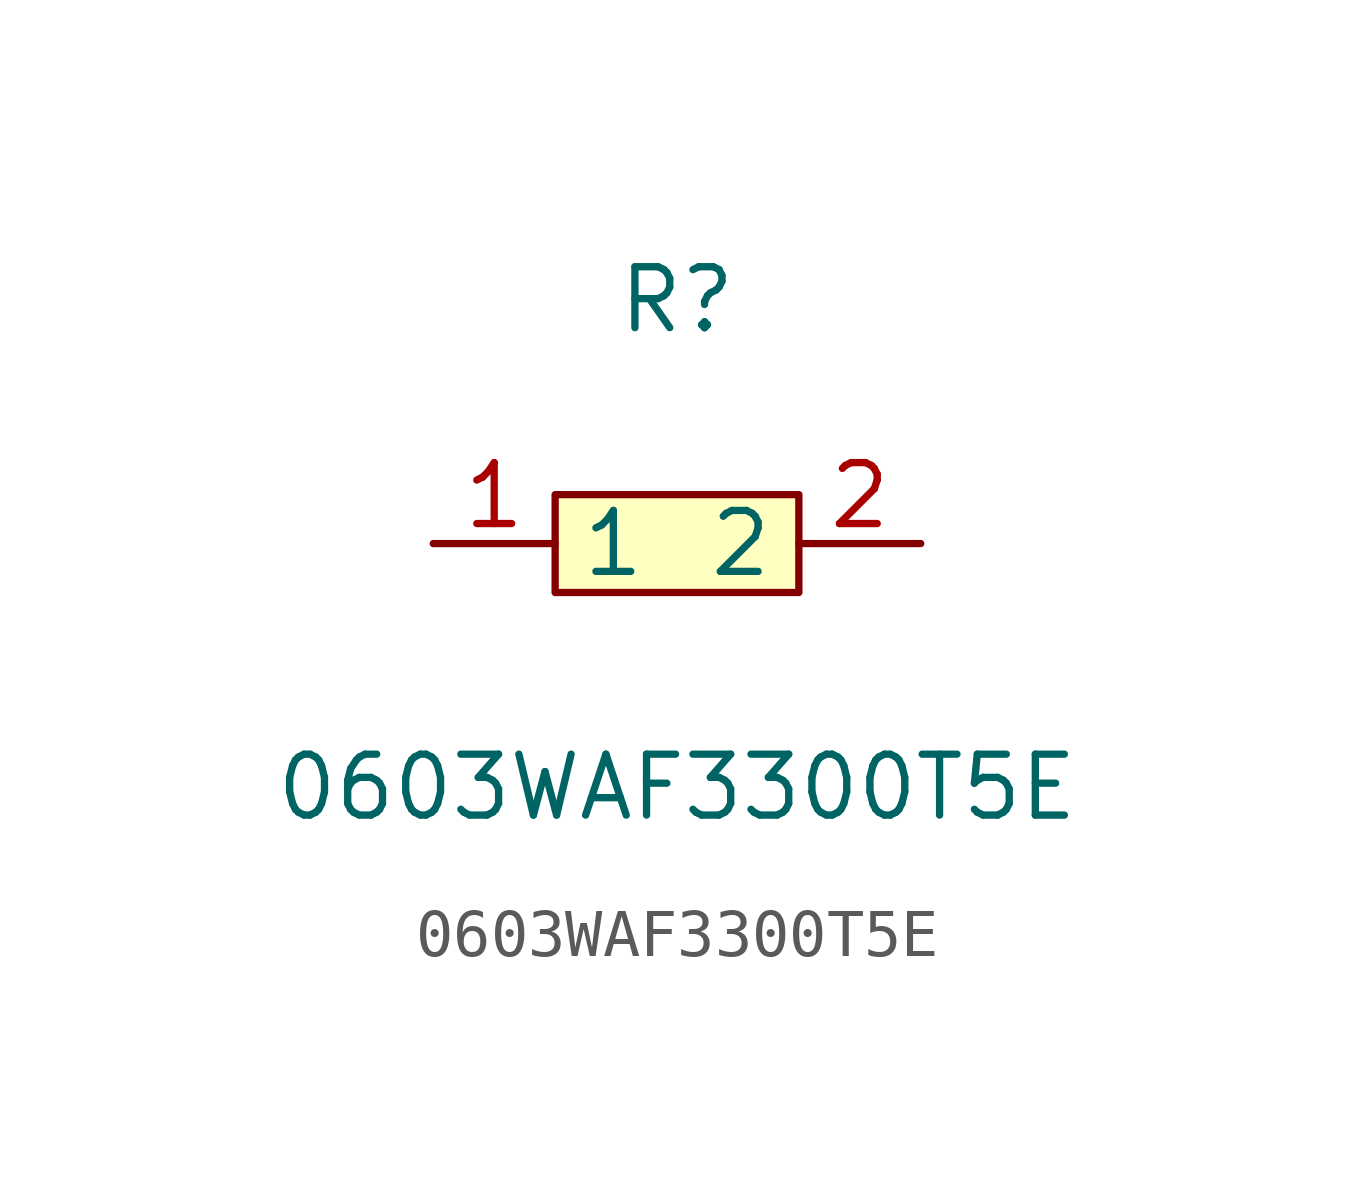
<source format=kicad_sym>
(kicad_symbol_lib
  (version 1)
  (generator "faebryk")
  (symbol "0603WAF3300T5E"
    (property "Reference" "R"
      (at 0 5.08 0)
      (effects (font (size 1.27 1.27)) (hide no)))
    (property "Value" "0603WAF3300T5E"
      (at 0 -5.08 0)
      (effects (font (size 1.27 1.27)) (hide no)))
    (symbol "0603WAF3300T5E_0_1"
      (rectangle (start -2.54 1.02) (end 2.54 -1.02) (stroke (width 0) (type default) (color 0 0 0 0)) (fill (type background)))
      (pin input line (at 5.08 0 180) (length 2.54) (name "2" (effects (font (size 1.27 1.27)) (hide no))) (number "2" (effects (font (size 1.27 1.27)) (hide no))))
      (pin input line (at -5.08 0 0) (length 2.54) (name "1" (effects (font (size 1.27 1.27)) (hide no))) (number "1" (effects (font (size 1.27 1.27)) (hide no)))))))
</source>
